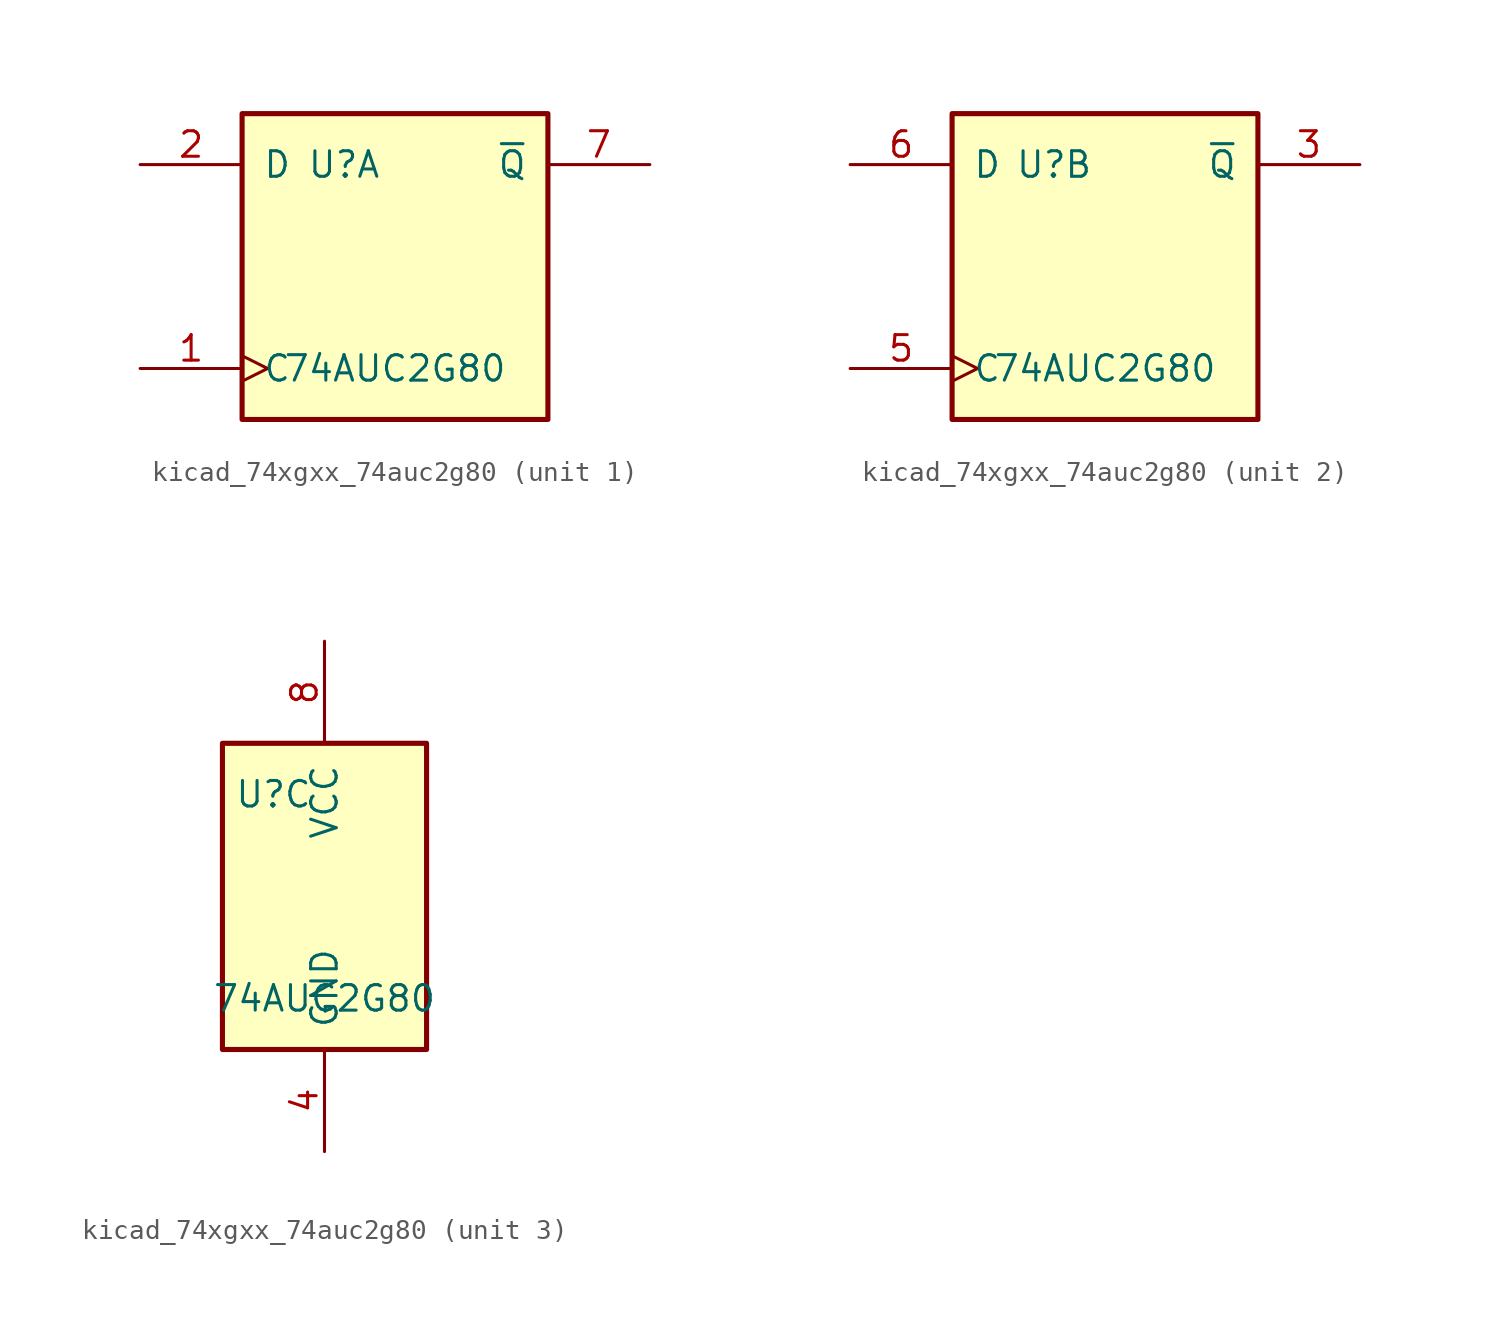
<source format=kicad_sym>
(kicad_symbol_lib
  (version 20220914)
  (generator kicad_symbol_editor)
  (symbol "kicad_74xgxx_74auc2g80"
    (pin_names
      (offset 1.016))
    (property "Reference" "U"
      (at -2.54 5.08 0)
      (effects (font (size 1.27 1.27))))
    (property "Value" "74AUC2G80"
      (at 0 -5.08 0)
      (effects (font (size 1.27 1.27))))
    (symbol "kicad_74xgxx_74auc2g80_1_1"
      (rectangle (start -7.62 7.62) (end 7.62 -7.62) (stroke (width 0.254) (type default)) (fill (type background)))
      (pin input clock (at -12.7 -5.08 0) (length 5.08) (name "C" (effects (font (size 1.27 1.27)))) (number "1" (effects (font (size 1.27 1.27)))))
      (pin input line (at -12.7 5.08 0) (length 5.08) (name "D" (effects (font (size 1.27 1.27)))) (number "2" (effects (font (size 1.27 1.27)))))
      (pin output line (at 12.7 5.08 180) (length 5.08) (name "~{Q}" (effects (font (size 1.27 1.27)))) (number "7" (effects (font (size 1.27 1.27))))))
    (symbol "kicad_74xgxx_74auc2g80_2_1"
      (rectangle (start -7.62 7.62) (end 7.62 -7.62) (stroke (width 0.254) (type default)) (fill (type background)))
      (pin output line (at 12.7 5.08 180) (length 5.08) (name "~{Q}" (effects (font (size 1.27 1.27)))) (number "3" (effects (font (size 1.27 1.27)))))
      (pin input clock (at -12.7 -5.08 0) (length 5.08) (name "C" (effects (font (size 1.27 1.27)))) (number "5" (effects (font (size 1.27 1.27)))))
      (pin input line (at -12.7 5.08 0) (length 5.08) (name "D" (effects (font (size 1.27 1.27)))) (number "6" (effects (font (size 1.27 1.27))))))
    (symbol "kicad_74xgxx_74auc2g80_3_0"
      (rectangle (start -5.08 -7.62) (end 5.08 7.62) (stroke (width 0.254) (type default)) (fill (type background))))
    (symbol "kicad_74xgxx_74auc2g80_3_1"
      (pin power_in line (at 0 -12.7 90) (length 5.08) (name "GND" (effects (font (size 1.27 1.27)))) (number "4" (effects (font (size 1.27 1.27)))))
      (pin power_in line (at 0 12.7 270) (length 5.08) (name "VCC" (effects (font (size 1.27 1.27)))) (number "8" (effects (font (size 1.27 1.27))))))))
</source>
